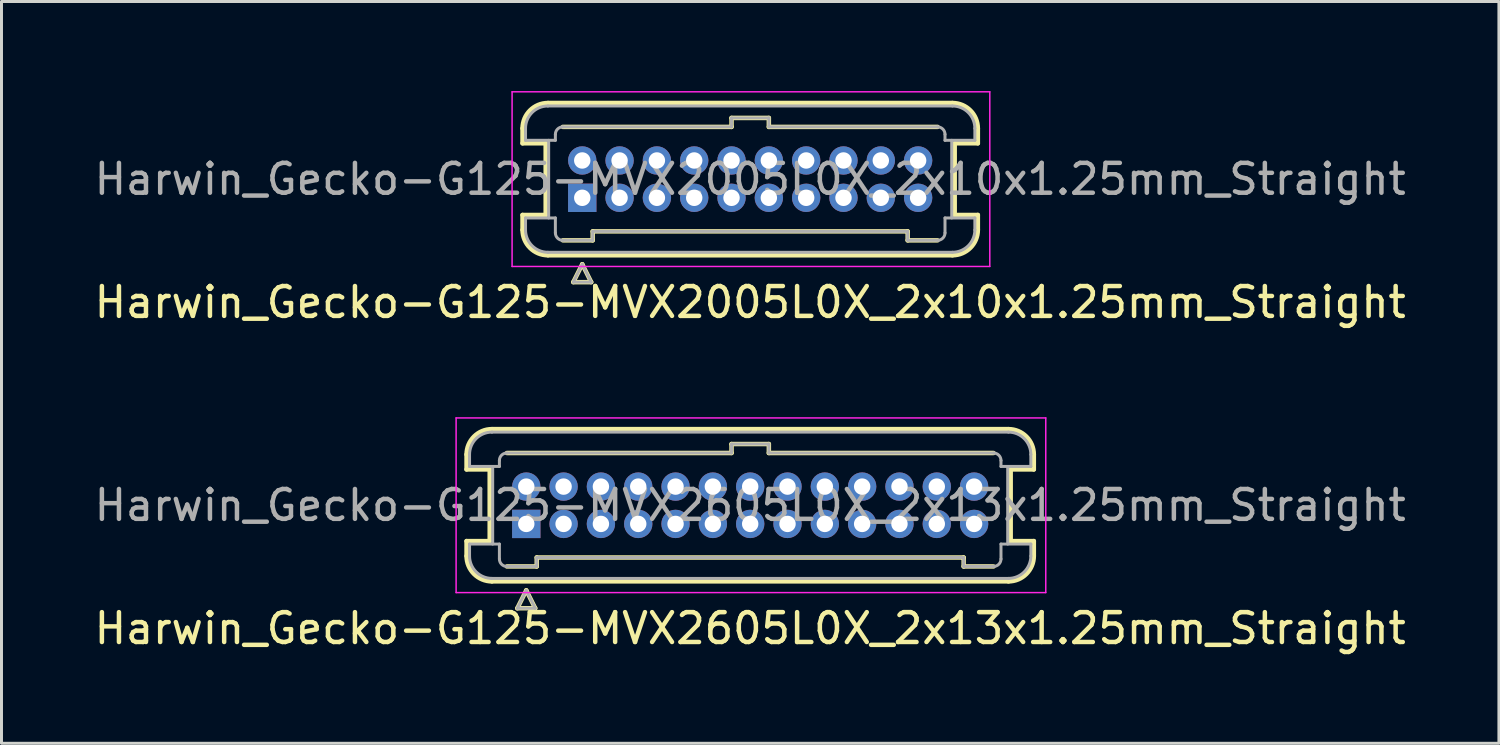
<source format=kicad_pcb>
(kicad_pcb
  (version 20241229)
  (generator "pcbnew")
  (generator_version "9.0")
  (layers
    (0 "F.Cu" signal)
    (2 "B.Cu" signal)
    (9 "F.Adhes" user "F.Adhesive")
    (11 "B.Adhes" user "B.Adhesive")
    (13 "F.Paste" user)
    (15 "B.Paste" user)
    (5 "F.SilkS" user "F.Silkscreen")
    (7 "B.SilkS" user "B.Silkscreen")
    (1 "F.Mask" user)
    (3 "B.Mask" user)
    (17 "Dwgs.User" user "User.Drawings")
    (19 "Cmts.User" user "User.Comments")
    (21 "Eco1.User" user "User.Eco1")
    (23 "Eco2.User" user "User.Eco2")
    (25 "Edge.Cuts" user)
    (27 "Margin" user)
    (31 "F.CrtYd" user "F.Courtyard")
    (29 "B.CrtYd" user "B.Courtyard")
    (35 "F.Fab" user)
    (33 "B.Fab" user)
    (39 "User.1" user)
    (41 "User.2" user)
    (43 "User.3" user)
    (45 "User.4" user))
  (footprint "Harwin_Gecko-G125-MVX2605L0X_2x13x1.25mm_Straight"
    (layer "F.Cu")
    (at 14.577 14.498)
    (property "Reference" "Harwin_Gecko-G125-MVX2605L0X_2x13x1.25mm_Straight" (at 7.5 3.5 0) (layer "F.SilkS") (effects (font (size 1 1) (thickness 0.15))))
    (attr through_hole)
    (fp_line (start -2 -1.825) (end -2 -2.325) (stroke (width 0.15) (type solid)) (layer "F.SilkS"))
    (fp_line (start -2 -1.825) (end -1.225 -1.825) (stroke (width 0.15) (type solid)) (layer "F.SilkS"))
    (fp_line (start -2 0.575) (end -1.225 0.575) (stroke (width 0.15) (type solid)) (layer "F.SilkS"))
    (fp_line (start -2 1.075) (end -2 0.575) (stroke (width 0.15) (type solid)) (layer "F.SilkS"))
    (fp_line (start -1.225 -1.825) (end -1.225 0.575) (stroke (width 0.15) (type solid)) (layer "F.SilkS"))
    (fp_line (start -1.15 -3.175) (end 16.15 -3.175) (stroke (width 0.15) (type solid)) (layer "F.SilkS"))
    (fp_line (start -1.15 1.925) (end 16.15 1.925) (stroke (width 0.15) (type solid)) (layer "F.SilkS"))
    (fp_line (start -0.65 -2.375) (end 6.875 -2.375) (stroke (width 0.15) (type solid)) (layer "F.SilkS"))
    (fp_line (start -0.65 1.425) (end 0.35 1.425) (stroke (width 0.15) (type solid)) (layer "F.SilkS"))
    (fp_line (start -0.3 2.825) (end 0.3 2.825) (stroke (width 0.15) (type solid)) (layer "F.SilkS"))
    (fp_line (start 0 2.225) (end -0.3 2.825) (stroke (width 0.15) (type solid)) (layer "F.SilkS"))
    (fp_line (start 0.3 2.825) (end 0 2.225) (stroke (width 0.15) (type solid)) (layer "F.SilkS"))
    (fp_line (start 0.35 1.125) (end 14.65 1.125) (stroke (width 0.15) (type solid)) (layer "F.SilkS"))
    (fp_line (start 0.35 1.425) (end 0.35 1.125) (stroke (width 0.15) (type solid)) (layer "F.SilkS"))
    (fp_line (start 6.875 -2.675) (end 8.125 -2.675) (stroke (width 0.15) (type solid)) (layer "F.SilkS"))
    (fp_line (start 6.875 -2.375) (end 6.875 -2.675) (stroke (width 0.15) (type solid)) (layer "F.SilkS"))
    (fp_line (start 8.125 -2.675) (end 8.125 -2.375) (stroke (width 0.15) (type solid)) (layer "F.SilkS"))
    (fp_line (start 8.125 -2.375) (end 15.65 -2.375) (stroke (width 0.15) (type solid)) (layer "F.SilkS"))
    (fp_line (start 14.65 1.125) (end 14.65 1.425) (stroke (width 0.15) (type solid)) (layer "F.SilkS"))
    (fp_line (start 14.65 1.425) (end 15.65 1.425) (stroke (width 0.15) (type solid)) (layer "F.SilkS"))
    (fp_line (start 16.225 -1.825) (end 16.225 0.575) (stroke (width 0.15) (type solid)) (layer "F.SilkS"))
    (fp_line (start 17 -2.325) (end 17 -1.825) (stroke (width 0.15) (type solid)) (layer "F.SilkS"))
    (fp_line (start 17 -1.825) (end 16.225 -1.825) (stroke (width 0.15) (type solid)) (layer "F.SilkS"))
    (fp_line (start 17 0.575) (end 16.225 0.575) (stroke (width 0.15) (type solid)) (layer "F.SilkS"))
    (fp_line (start 17 1.075) (end 17 0.575) (stroke (width 0.15) (type solid)) (layer "F.SilkS"))
    (fp_arc (start -2 -2.325) (mid -1.751041 -2.926041) (end -1.15 -3.175) (stroke (width 0.15) (type solid)) (layer "F.SilkS"))
    (fp_arc (start -1.15 1.925) (mid -1.751041 1.676041) (end -2 1.075) (stroke (width 0.15) (type solid)) (layer "F.SilkS"))
    (fp_arc (start 16.15 -3.175) (mid 16.751041 -2.926041) (end 17 -2.325) (stroke (width 0.15) (type solid)) (layer "F.SilkS"))
    (fp_arc (start 17 1.075) (mid 16.751041 1.676041) (end 16.15 1.925) (stroke (width 0.15) (type solid)) (layer "F.SilkS"))
    (fp_line (start -2.35 -3.55) (end -2.35 2.3) (stroke (width 0.05) (type solid)) (layer "F.CrtYd"))
    (fp_line (start -2.35 2.3) (end 17.4 2.3) (stroke (width 0.05) (type solid)) (layer "F.CrtYd"))
    (fp_line (start 17.4 -3.55) (end -2.35 -3.55) (stroke (width 0.05) (type solid)) (layer "F.CrtYd"))
    (fp_line (start 17.4 2.3) (end 17.4 -3.55) (stroke (width 0.05) (type solid)) (layer "F.CrtYd"))
    (fp_line (start -1.9 -2.325) (end -1.9 -1.925) (stroke (width 0.1) (type solid)) (layer "F.Fab"))
    (fp_line (start -1.9 -1.925) (end -0.9 -1.925) (stroke (width 0.1) (type solid)) (layer "F.Fab"))
    (fp_line (start -1.9 0.675) (end -0.9 0.675) (stroke (width 0.1) (type solid)) (layer "F.Fab"))
    (fp_line (start -1.9 1.075) (end -1.9 0.675) (stroke (width 0.1) (type solid)) (layer "F.Fab"))
    (fp_line (start -1.15 -3.075) (end 16.15 -3.075) (stroke (width 0.1) (type solid)) (layer "F.Fab"))
    (fp_line (start -1.15 1.825) (end 16.15 1.825) (stroke (width 0.1) (type solid)) (layer "F.Fab"))
    (fp_line (start -1.125 -1.925) (end -1.125 0.675) (stroke (width 0.1) (type solid)) (layer "F.Fab"))
    (fp_line (start -0.9 -2.125) (end -0.9 -1.925) (stroke (width 0.1) (type solid)) (layer "F.Fab"))
    (fp_line (start -0.9 1.175) (end -0.9 0.675) (stroke (width 0.1) (type solid)) (layer "F.Fab"))
    (fp_line (start -0.65 -2.375) (end 6.875 -2.375) (stroke (width 0.1) (type solid)) (layer "F.Fab"))
    (fp_line (start -0.65 1.425) (end 0.35 1.425) (stroke (width 0.1) (type solid)) (layer "F.Fab"))
    (fp_line (start -0.3 2.825) (end 0.3 2.825) (stroke (width 0.1) (type solid)) (layer "F.Fab"))
    (fp_line (start 0 2.225) (end -0.3 2.825) (stroke (width 0.1) (type solid)) (layer "F.Fab"))
    (fp_line (start 0.3 2.825) (end 0 2.225) (stroke (width 0.1) (type solid)) (layer "F.Fab"))
    (fp_line (start 0.35 1.125) (end 14.65 1.125) (stroke (width 0.1) (type solid)) (layer "F.Fab"))
    (fp_line (start 0.35 1.425) (end 0.35 1.125) (stroke (width 0.1) (type solid)) (layer "F.Fab"))
    (fp_line (start 6.875 -2.675) (end 8.125 -2.675) (stroke (width 0.1) (type solid)) (layer "F.Fab"))
    (fp_line (start 6.875 -2.375) (end 6.875 -2.675) (stroke (width 0.1) (type solid)) (layer "F.Fab"))
    (fp_line (start 8.125 -2.675) (end 8.125 -2.375) (stroke (width 0.1) (type solid)) (layer "F.Fab"))
    (fp_line (start 8.125 -2.375) (end 15.65 -2.375) (stroke (width 0.1) (type solid)) (layer "F.Fab"))
    (fp_line (start 14.65 1.125) (end 14.65 1.425) (stroke (width 0.1) (type solid)) (layer "F.Fab"))
    (fp_line (start 14.65 1.425) (end 15.65 1.425) (stroke (width 0.1) (type solid)) (layer "F.Fab"))
    (fp_line (start 15.9 -2.125) (end 15.9 -1.925) (stroke (width 0.1) (type solid)) (layer "F.Fab"))
    (fp_line (start 15.9 1.175) (end 15.9 0.675) (stroke (width 0.1) (type solid)) (layer "F.Fab"))
    (fp_line (start 16.125 -1.925) (end 16.125 0.675) (stroke (width 0.1) (type solid)) (layer "F.Fab"))
    (fp_line (start 16.9 -2.325) (end 16.9 -1.925) (stroke (width 0.1) (type solid)) (layer "F.Fab"))
    (fp_line (start 16.9 -1.925) (end 15.9 -1.925) (stroke (width 0.1) (type solid)) (layer "F.Fab"))
    (fp_line (start 16.9 0.675) (end 15.9 0.675) (stroke (width 0.1) (type solid)) (layer "F.Fab"))
    (fp_line (start 16.9 1.075) (end 16.9 0.675) (stroke (width 0.1) (type solid)) (layer "F.Fab"))
    (fp_arc (start -1.9 -2.325) (mid -1.68033 -2.85533) (end -1.15 -3.075) (stroke (width 0.1) (type solid)) (layer "F.Fab"))
    (fp_arc (start -1.15 1.825) (mid -1.68033 1.60533) (end -1.9 1.075) (stroke (width 0.1) (type solid)) (layer "F.Fab"))
    (fp_arc (start -0.9 -2.125) (mid -0.826777 -2.301777) (end -0.65 -2.375) (stroke (width 0.1) (type solid)) (layer "F.Fab"))
    (fp_arc (start -0.65 1.425) (mid -0.826777 1.351777) (end -0.9 1.175) (stroke (width 0.1) (type solid)) (layer "F.Fab"))
    (fp_arc (start 15.65 -2.375) (mid 15.826777 -2.301777) (end 15.9 -2.125) (stroke (width 0.1) (type solid)) (layer "F.Fab"))
    (fp_arc (start 15.9 1.175) (mid 15.826777 1.351777) (end 15.65 1.425) (stroke (width 0.1) (type solid)) (layer "F.Fab"))
    (fp_arc (start 16.15 -3.075) (mid 16.68033 -2.85533) (end 16.9 -2.325) (stroke (width 0.1) (type solid)) (layer "F.Fab"))
    (fp_arc (start 16.9 1.075) (mid 16.68033 1.60533) (end 16.15 1.825) (stroke (width 0.1) (type solid)) (layer "F.Fab"))
    (fp_text user "${REFERENCE}" (at 7.5 -0.625 0) (layer "F.Fab") (effects (font (size 1 1) (thickness 0.15))))
    (pad "1" thru_hole rect (at 0 0) (size 0.95 0.95) (drill 0.55) (layers "*.Cu" "*.Mask"))
    (pad "2" thru_hole circle (at 1.25 0) (size 0.95 0.95) (drill 0.55) (layers "*.Cu" "*.Mask"))
    (pad "3" thru_hole circle (at 2.5 0) (size 0.95 0.95) (drill 0.55) (layers "*.Cu" "*.Mask"))
    (pad "4" thru_hole circle (at 3.75 0) (size 0.95 0.95) (drill 0.55) (layers "*.Cu" "*.Mask"))
    (pad "5" thru_hole circle (at 5 0) (size 0.95 0.95) (drill 0.55) (layers "*.Cu" "*.Mask"))
    (pad "6" thru_hole circle (at 6.25 0) (size 0.95 0.95) (drill 0.55) (layers "*.Cu" "*.Mask"))
    (pad "7" thru_hole circle (at 7.5 0) (size 0.95 0.95) (drill 0.55) (layers "*.Cu" "*.Mask"))
    (pad "8" thru_hole circle (at 8.75 0) (size 0.95 0.95) (drill 0.55) (layers "*.Cu" "*.Mask"))
    (pad "9" thru_hole circle (at 10 0) (size 0.95 0.95) (drill 0.55) (layers "*.Cu" "*.Mask"))
    (pad "10" thru_hole circle (at 11.25 0) (size 0.95 0.95) (drill 0.55) (layers "*.Cu" "*.Mask"))
    (pad "11" thru_hole circle (at 12.5 0) (size 0.95 0.95) (drill 0.55) (layers "*.Cu" "*.Mask"))
    (pad "12" thru_hole circle (at 13.75 0) (size 0.95 0.95) (drill 0.55) (layers "*.Cu" "*.Mask"))
    (pad "13" thru_hole circle (at 15 0) (size 0.95 0.95) (drill 0.55) (layers "*.Cu" "*.Mask"))
    (pad "14" thru_hole circle (at 0 -1.25) (size 0.95 0.95) (drill 0.55) (layers "*.Cu" "*.Mask"))
    (pad "15" thru_hole circle (at 1.25 -1.25) (size 0.95 0.95) (drill 0.55) (layers "*.Cu" "*.Mask"))
    (pad "16" thru_hole circle (at 2.5 -1.25) (size 0.95 0.95) (drill 0.55) (layers "*.Cu" "*.Mask"))
    (pad "17" thru_hole circle (at 3.75 -1.25) (size 0.95 0.95) (drill 0.55) (layers "*.Cu" "*.Mask"))
    (pad "18" thru_hole circle (at 5 -1.25) (size 0.95 0.95) (drill 0.55) (layers "*.Cu" "*.Mask"))
    (pad "19" thru_hole circle (at 6.25 -1.25) (size 0.95 0.95) (drill 0.55) (layers "*.Cu" "*.Mask"))
    (pad "20" thru_hole circle (at 7.5 -1.25) (size 0.95 0.95) (drill 0.55) (layers "*.Cu" "*.Mask"))
    (pad "21" thru_hole circle (at 8.75 -1.25) (size 0.95 0.95) (drill 0.55) (layers "*.Cu" "*.Mask"))
    (pad "22" thru_hole circle (at 10 -1.25) (size 0.95 0.95) (drill 0.55) (layers "*.Cu" "*.Mask"))
    (pad "23" thru_hole circle (at 11.25 -1.25) (size 0.95 0.95) (drill 0.55) (layers "*.Cu" "*.Mask"))
    (pad "24" thru_hole circle (at 12.5 -1.25) (size 0.95 0.95) (drill 0.55) (layers "*.Cu" "*.Mask"))
    (pad "25" thru_hole circle (at 13.75 -1.25) (size 0.95 0.95) (drill 0.55) (layers "*.Cu" "*.Mask"))
    (pad "26" thru_hole circle (at 15 -1.25) (size 0.95 0.95) (drill 0.55) (layers "*.Cu" "*.Mask")))
  (footprint "Harwin_Gecko-G125-MVX2005L0X_2x10x1.25mm_Straight"
    (layer "F.Cu")
    (at 16.452 3.575)
    (property "Reference" "Harwin_Gecko-G125-MVX2005L0X_2x10x1.25mm_Straight" (at 5.625 3.5 0) (layer "F.SilkS") (effects (font (size 1 1) (thickness 0.15))))
    (attr through_hole)
    (fp_line (start -2 -1.825) (end -2 -2.325) (stroke (width 0.15) (type solid)) (layer "F.SilkS"))
    (fp_line (start -2 -1.825) (end -1.225 -1.825) (stroke (width 0.15) (type solid)) (layer "F.SilkS"))
    (fp_line (start -2 0.575) (end -1.225 0.575) (stroke (width 0.15) (type solid)) (layer "F.SilkS"))
    (fp_line (start -2 1.075) (end -2 0.575) (stroke (width 0.15) (type solid)) (layer "F.SilkS"))
    (fp_line (start -1.225 -1.825) (end -1.225 0.575) (stroke (width 0.15) (type solid)) (layer "F.SilkS"))
    (fp_line (start -1.15 -3.175) (end 12.4 -3.175) (stroke (width 0.15) (type solid)) (layer "F.SilkS"))
    (fp_line (start -1.15 1.925) (end 12.4 1.925) (stroke (width 0.15) (type solid)) (layer "F.SilkS"))
    (fp_line (start -0.65 -2.375) (end 5 -2.375) (stroke (width 0.15) (type solid)) (layer "F.SilkS"))
    (fp_line (start -0.65 1.425) (end 0.35 1.425) (stroke (width 0.15) (type solid)) (layer "F.SilkS"))
    (fp_line (start -0.3 2.825) (end 0.3 2.825) (stroke (width 0.15) (type solid)) (layer "F.SilkS"))
    (fp_line (start 0 2.225) (end -0.3 2.825) (stroke (width 0.15) (type solid)) (layer "F.SilkS"))
    (fp_line (start 0.3 2.825) (end 0 2.225) (stroke (width 0.15) (type solid)) (layer "F.SilkS"))
    (fp_line (start 0.35 1.125) (end 10.9 1.125) (stroke (width 0.15) (type solid)) (layer "F.SilkS"))
    (fp_line (start 0.35 1.425) (end 0.35 1.125) (stroke (width 0.15) (type solid)) (layer "F.SilkS"))
    (fp_line (start 5 -2.675) (end 6.25 -2.675) (stroke (width 0.15) (type solid)) (layer "F.SilkS"))
    (fp_line (start 5 -2.375) (end 5 -2.675) (stroke (width 0.15) (type solid)) (layer "F.SilkS"))
    (fp_line (start 6.25 -2.675) (end 6.25 -2.375) (stroke (width 0.15) (type solid)) (layer "F.SilkS"))
    (fp_line (start 6.25 -2.375) (end 11.9 -2.375) (stroke (width 0.15) (type solid)) (layer "F.SilkS"))
    (fp_line (start 10.9 1.125) (end 10.9 1.425) (stroke (width 0.15) (type solid)) (layer "F.SilkS"))
    (fp_line (start 10.9 1.425) (end 11.9 1.425) (stroke (width 0.15) (type solid)) (layer "F.SilkS"))
    (fp_line (start 12.475 -1.825) (end 12.475 0.575) (stroke (width 0.15) (type solid)) (layer "F.SilkS"))
    (fp_line (start 13.25 -2.325) (end 13.25 -1.825) (stroke (width 0.15) (type solid)) (layer "F.SilkS"))
    (fp_line (start 13.25 -1.825) (end 12.475 -1.825) (stroke (width 0.15) (type solid)) (layer "F.SilkS"))
    (fp_line (start 13.25 0.575) (end 12.475 0.575) (stroke (width 0.15) (type solid)) (layer "F.SilkS"))
    (fp_line (start 13.25 1.075) (end 13.25 0.575) (stroke (width 0.15) (type solid)) (layer "F.SilkS"))
    (fp_arc (start -2 -2.325) (mid -1.751041 -2.926041) (end -1.15 -3.175) (stroke (width 0.15) (type solid)) (layer "F.SilkS"))
    (fp_arc (start -1.15 1.925) (mid -1.751041 1.676041) (end -2 1.075) (stroke (width 0.15) (type solid)) (layer "F.SilkS"))
    (fp_arc (start 12.4 -3.175) (mid 13.001041 -2.926041) (end 13.25 -2.325) (stroke (width 0.15) (type solid)) (layer "F.SilkS"))
    (fp_arc (start 13.25 1.075) (mid 13.001041 1.676041) (end 12.4 1.925) (stroke (width 0.15) (type solid)) (layer "F.SilkS"))
    (fp_line (start -2.35 -3.55) (end -2.35 2.3) (stroke (width 0.05) (type solid)) (layer "F.CrtYd"))
    (fp_line (start -2.35 2.3) (end 13.65 2.3) (stroke (width 0.05) (type solid)) (layer "F.CrtYd"))
    (fp_line (start 13.65 -3.55) (end -2.35 -3.55) (stroke (width 0.05) (type solid)) (layer "F.CrtYd"))
    (fp_line (start 13.65 2.3) (end 13.65 -3.55) (stroke (width 0.05) (type solid)) (layer "F.CrtYd"))
    (fp_line (start -1.9 -2.325) (end -1.9 -1.925) (stroke (width 0.1) (type solid)) (layer "F.Fab"))
    (fp_line (start -1.9 -1.925) (end -0.9 -1.925) (stroke (width 0.1) (type solid)) (layer "F.Fab"))
    (fp_line (start -1.9 0.675) (end -0.9 0.675) (stroke (width 0.1) (type solid)) (layer "F.Fab"))
    (fp_line (start -1.9 1.075) (end -1.9 0.675) (stroke (width 0.1) (type solid)) (layer "F.Fab"))
    (fp_line (start -1.15 -3.075) (end 12.4 -3.075) (stroke (width 0.1) (type solid)) (layer "F.Fab"))
    (fp_line (start -1.15 1.825) (end 12.4 1.825) (stroke (width 0.1) (type solid)) (layer "F.Fab"))
    (fp_line (start -1.125 -1.925) (end -1.125 0.675) (stroke (width 0.1) (type solid)) (layer "F.Fab"))
    (fp_line (start -0.9 -2.125) (end -0.9 -1.925) (stroke (width 0.1) (type solid)) (layer "F.Fab"))
    (fp_line (start -0.9 1.175) (end -0.9 0.675) (stroke (width 0.1) (type solid)) (layer "F.Fab"))
    (fp_line (start -0.65 -2.375) (end 5 -2.375) (stroke (width 0.1) (type solid)) (layer "F.Fab"))
    (fp_line (start -0.65 1.425) (end 0.35 1.425) (stroke (width 0.1) (type solid)) (layer "F.Fab"))
    (fp_line (start -0.3 2.825) (end 0.3 2.825) (stroke (width 0.1) (type solid)) (layer "F.Fab"))
    (fp_line (start 0 2.225) (end -0.3 2.825) (stroke (width 0.1) (type solid)) (layer "F.Fab"))
    (fp_line (start 0.3 2.825) (end 0 2.225) (stroke (width 0.1) (type solid)) (layer "F.Fab"))
    (fp_line (start 0.35 1.125) (end 10.9 1.125) (stroke (width 0.1) (type solid)) (layer "F.Fab"))
    (fp_line (start 0.35 1.425) (end 0.35 1.125) (stroke (width 0.1) (type solid)) (layer "F.Fab"))
    (fp_line (start 5 -2.675) (end 6.25 -2.675) (stroke (width 0.1) (type solid)) (layer "F.Fab"))
    (fp_line (start 5 -2.375) (end 5 -2.675) (stroke (width 0.1) (type solid)) (layer "F.Fab"))
    (fp_line (start 6.25 -2.675) (end 6.25 -2.375) (stroke (width 0.1) (type solid)) (layer "F.Fab"))
    (fp_line (start 6.25 -2.375) (end 11.9 -2.375) (stroke (width 0.1) (type solid)) (layer "F.Fab"))
    (fp_line (start 10.9 1.125) (end 10.9 1.425) (stroke (width 0.1) (type solid)) (layer "F.Fab"))
    (fp_line (start 10.9 1.425) (end 11.9 1.425) (stroke (width 0.1) (type solid)) (layer "F.Fab"))
    (fp_line (start 12.15 -2.125) (end 12.15 -1.925) (stroke (width 0.1) (type solid)) (layer "F.Fab"))
    (fp_line (start 12.15 1.175) (end 12.15 0.675) (stroke (width 0.1) (type solid)) (layer "F.Fab"))
    (fp_line (start 12.375 -1.925) (end 12.375 0.675) (stroke (width 0.1) (type solid)) (layer "F.Fab"))
    (fp_line (start 13.15 -2.325) (end 13.15 -1.925) (stroke (width 0.1) (type solid)) (layer "F.Fab"))
    (fp_line (start 13.15 -1.925) (end 12.15 -1.925) (stroke (width 0.1) (type solid)) (layer "F.Fab"))
    (fp_line (start 13.15 0.675) (end 12.15 0.675) (stroke (width 0.1) (type solid)) (layer "F.Fab"))
    (fp_line (start 13.15 1.075) (end 13.15 0.675) (stroke (width 0.1) (type solid)) (layer "F.Fab"))
    (fp_arc (start -1.9 -2.325) (mid -1.68033 -2.85533) (end -1.15 -3.075) (stroke (width 0.1) (type solid)) (layer "F.Fab"))
    (fp_arc (start -1.15 1.825) (mid -1.68033 1.60533) (end -1.9 1.075) (stroke (width 0.1) (type solid)) (layer "F.Fab"))
    (fp_arc (start -0.9 -2.125) (mid -0.826777 -2.301777) (end -0.65 -2.375) (stroke (width 0.1) (type solid)) (layer "F.Fab"))
    (fp_arc (start -0.65 1.425) (mid -0.826777 1.351777) (end -0.9 1.175) (stroke (width 0.1) (type solid)) (layer "F.Fab"))
    (fp_arc (start 11.9 -2.375) (mid 12.076777 -2.301777) (end 12.15 -2.125) (stroke (width 0.1) (type solid)) (layer "F.Fab"))
    (fp_arc (start 12.15 1.175) (mid 12.076777 1.351777) (end 11.9 1.425) (stroke (width 0.1) (type solid)) (layer "F.Fab"))
    (fp_arc (start 12.4 -3.075) (mid 12.93033 -2.85533) (end 13.15 -2.325) (stroke (width 0.1) (type solid)) (layer "F.Fab"))
    (fp_arc (start 13.15 1.075) (mid 12.93033 1.60533) (end 12.4 1.825) (stroke (width 0.1) (type solid)) (layer "F.Fab"))
    (fp_text user "${REFERENCE}" (at 5.625 -0.625 0) (layer "F.Fab") (effects (font (size 1 1) (thickness 0.15))))
    (pad "1" thru_hole rect (at 0 0) (size 0.95 0.95) (drill 0.55) (layers "*.Cu" "*.Mask"))
    (pad "2" thru_hole circle (at 1.25 0) (size 0.95 0.95) (drill 0.55) (layers "*.Cu" "*.Mask"))
    (pad "3" thru_hole circle (at 2.5 0) (size 0.95 0.95) (drill 0.55) (layers "*.Cu" "*.Mask"))
    (pad "4" thru_hole circle (at 3.75 0) (size 0.95 0.95) (drill 0.55) (layers "*.Cu" "*.Mask"))
    (pad "5" thru_hole circle (at 5 0) (size 0.95 0.95) (drill 0.55) (layers "*.Cu" "*.Mask"))
    (pad "6" thru_hole circle (at 6.25 0) (size 0.95 0.95) (drill 0.55) (layers "*.Cu" "*.Mask"))
    (pad "7" thru_hole circle (at 7.5 0) (size 0.95 0.95) (drill 0.55) (layers "*.Cu" "*.Mask"))
    (pad "8" thru_hole circle (at 8.75 0) (size 0.95 0.95) (drill 0.55) (layers "*.Cu" "*.Mask"))
    (pad "9" thru_hole circle (at 10 0) (size 0.95 0.95) (drill 0.55) (layers "*.Cu" "*.Mask"))
    (pad "10" thru_hole circle (at 11.25 0) (size 0.95 0.95) (drill 0.55) (layers "*.Cu" "*.Mask"))
    (pad "11" thru_hole circle (at 0 -1.25) (size 0.95 0.95) (drill 0.55) (layers "*.Cu" "*.Mask"))
    (pad "12" thru_hole circle (at 1.25 -1.25) (size 0.95 0.95) (drill 0.55) (layers "*.Cu" "*.Mask"))
    (pad "13" thru_hole circle (at 2.5 -1.25) (size 0.95 0.95) (drill 0.55) (layers "*.Cu" "*.Mask"))
    (pad "14" thru_hole circle (at 3.75 -1.25) (size 0.95 0.95) (drill 0.55) (layers "*.Cu" "*.Mask"))
    (pad "15" thru_hole circle (at 5 -1.25) (size 0.95 0.95) (drill 0.55) (layers "*.Cu" "*.Mask"))
    (pad "16" thru_hole circle (at 6.25 -1.25) (size 0.95 0.95) (drill 0.55) (layers "*.Cu" "*.Mask"))
    (pad "17" thru_hole circle (at 7.5 -1.25) (size 0.95 0.95) (drill 0.55) (layers "*.Cu" "*.Mask"))
    (pad "18" thru_hole circle (at 8.75 -1.25) (size 0.95 0.95) (drill 0.55) (layers "*.Cu" "*.Mask"))
    (pad "19" thru_hole circle (at 10 -1.25) (size 0.95 0.95) (drill 0.55) (layers "*.Cu" "*.Mask"))
    (pad "20" thru_hole circle (at 11.25 -1.25) (size 0.95 0.95) (drill 0.55) (layers "*.Cu" "*.Mask")))
  (gr_rect
    (start -3 -3)
    (end 47.155 21.846)
    (stroke (width 0.1) (type default))
    (fill no)
    (layer "Edge.Cuts")))
</source>
